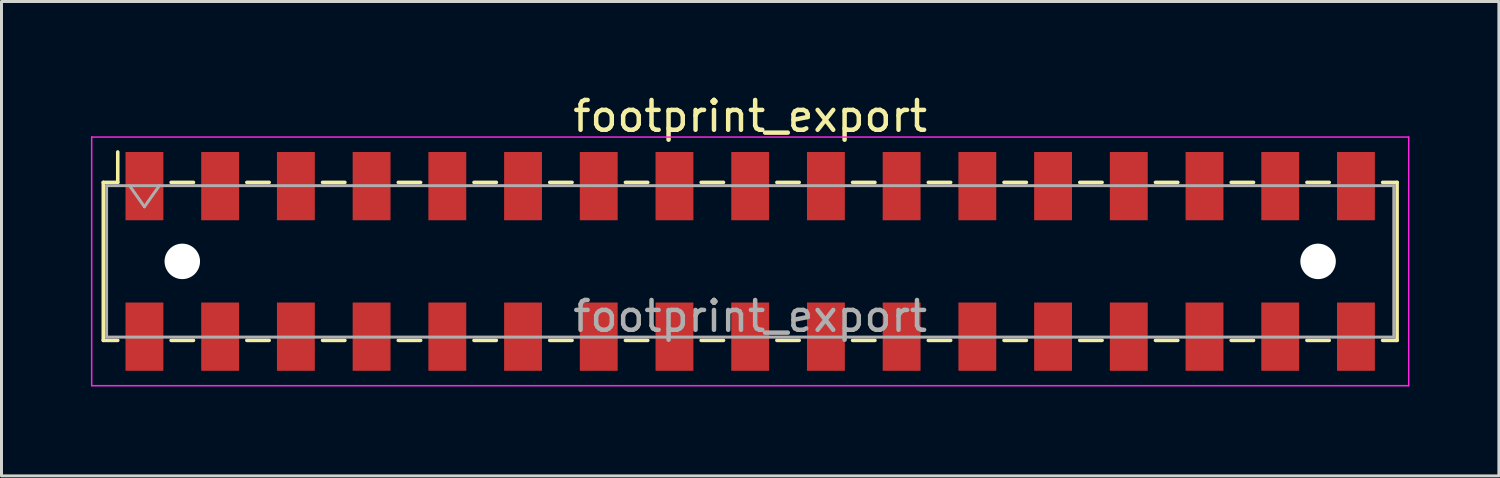
<source format=kicad_pcb>
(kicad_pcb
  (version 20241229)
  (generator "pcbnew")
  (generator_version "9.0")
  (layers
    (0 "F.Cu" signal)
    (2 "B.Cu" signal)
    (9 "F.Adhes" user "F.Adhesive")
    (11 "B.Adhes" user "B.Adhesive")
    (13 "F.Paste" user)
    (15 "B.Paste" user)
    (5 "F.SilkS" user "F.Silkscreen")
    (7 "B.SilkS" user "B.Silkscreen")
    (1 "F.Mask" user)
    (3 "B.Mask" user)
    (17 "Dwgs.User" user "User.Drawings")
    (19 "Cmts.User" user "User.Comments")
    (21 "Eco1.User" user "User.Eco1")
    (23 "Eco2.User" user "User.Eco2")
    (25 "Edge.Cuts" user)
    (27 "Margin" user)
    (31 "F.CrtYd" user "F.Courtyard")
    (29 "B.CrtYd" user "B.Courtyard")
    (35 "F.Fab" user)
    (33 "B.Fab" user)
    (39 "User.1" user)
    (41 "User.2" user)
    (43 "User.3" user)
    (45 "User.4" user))
  (footprint "footprint_export"
    (layer "F.Cu")
    (at 22.115 5.718)
    (property "Reference" "footprint_export" (at 0 -4.87 0) (layer "F.SilkS") (effects (font (size 1 1) (thickness 0.15))))
    (attr smd)
    (fp_line (start -21.7 -2.65) (end -21.7 2.65) (stroke (width 0.12) (type solid)) (layer "F.SilkS"))
    (fp_line (start -21.7 2.65) (end -21.215 2.65) (stroke (width 0.12) (type solid)) (layer "F.SilkS"))
    (fp_line (start -21.215 -3.67) (end -21.215 -2.65) (stroke (width 0.12) (type solid)) (layer "F.SilkS"))
    (fp_line (start -21.215 -2.65) (end -21.7 -2.65) (stroke (width 0.12) (type solid)) (layer "F.SilkS"))
    (fp_line (start -19.425 -2.65) (end -18.675 -2.65) (stroke (width 0.12) (type solid)) (layer "F.SilkS"))
    (fp_line (start -19.425 2.65) (end -18.675 2.65) (stroke (width 0.12) (type solid)) (layer "F.SilkS"))
    (fp_line (start -16.885 -2.65) (end -16.135 -2.65) (stroke (width 0.12) (type solid)) (layer "F.SilkS"))
    (fp_line (start -16.885 2.65) (end -16.135 2.65) (stroke (width 0.12) (type solid)) (layer "F.SilkS"))
    (fp_line (start -14.345 -2.65) (end -13.595 -2.65) (stroke (width 0.12) (type solid)) (layer "F.SilkS"))
    (fp_line (start -14.345 2.65) (end -13.595 2.65) (stroke (width 0.12) (type solid)) (layer "F.SilkS"))
    (fp_line (start -11.805 -2.65) (end -11.055 -2.65) (stroke (width 0.12) (type solid)) (layer "F.SilkS"))
    (fp_line (start -11.805 2.65) (end -11.055 2.65) (stroke (width 0.12) (type solid)) (layer "F.SilkS"))
    (fp_line (start -9.265 -2.65) (end -8.515 -2.65) (stroke (width 0.12) (type solid)) (layer "F.SilkS"))
    (fp_line (start -9.265 2.65) (end -8.515 2.65) (stroke (width 0.12) (type solid)) (layer "F.SilkS"))
    (fp_line (start -6.725 -2.65) (end -5.975 -2.65) (stroke (width 0.12) (type solid)) (layer "F.SilkS"))
    (fp_line (start -6.725 2.65) (end -5.975 2.65) (stroke (width 0.12) (type solid)) (layer "F.SilkS"))
    (fp_line (start -4.185 -2.65) (end -3.435 -2.65) (stroke (width 0.12) (type solid)) (layer "F.SilkS"))
    (fp_line (start -4.185 2.65) (end -3.435 2.65) (stroke (width 0.12) (type solid)) (layer "F.SilkS"))
    (fp_line (start -1.645 -2.65) (end -0.895 -2.65) (stroke (width 0.12) (type solid)) (layer "F.SilkS"))
    (fp_line (start -1.645 2.65) (end -0.895 2.65) (stroke (width 0.12) (type solid)) (layer "F.SilkS"))
    (fp_line (start 0.895 -2.65) (end 1.645 -2.65) (stroke (width 0.12) (type solid)) (layer "F.SilkS"))
    (fp_line (start 0.895 2.65) (end 1.645 2.65) (stroke (width 0.12) (type solid)) (layer "F.SilkS"))
    (fp_line (start 3.435 -2.65) (end 4.185 -2.65) (stroke (width 0.12) (type solid)) (layer "F.SilkS"))
    (fp_line (start 3.435 2.65) (end 4.185 2.65) (stroke (width 0.12) (type solid)) (layer "F.SilkS"))
    (fp_line (start 5.975 -2.65) (end 6.725 -2.65) (stroke (width 0.12) (type solid)) (layer "F.SilkS"))
    (fp_line (start 5.975 2.65) (end 6.725 2.65) (stroke (width 0.12) (type solid)) (layer "F.SilkS"))
    (fp_line (start 8.515 -2.65) (end 9.265 -2.65) (stroke (width 0.12) (type solid)) (layer "F.SilkS"))
    (fp_line (start 8.515 2.65) (end 9.265 2.65) (stroke (width 0.12) (type solid)) (layer "F.SilkS"))
    (fp_line (start 11.055 -2.65) (end 11.805 -2.65) (stroke (width 0.12) (type solid)) (layer "F.SilkS"))
    (fp_line (start 11.055 2.65) (end 11.805 2.65) (stroke (width 0.12) (type solid)) (layer "F.SilkS"))
    (fp_line (start 13.595 -2.65) (end 14.345 -2.65) (stroke (width 0.12) (type solid)) (layer "F.SilkS"))
    (fp_line (start 13.595 2.65) (end 14.345 2.65) (stroke (width 0.12) (type solid)) (layer "F.SilkS"))
    (fp_line (start 16.135 -2.65) (end 16.885 -2.65) (stroke (width 0.12) (type solid)) (layer "F.SilkS"))
    (fp_line (start 16.135 2.65) (end 16.885 2.65) (stroke (width 0.12) (type solid)) (layer "F.SilkS"))
    (fp_line (start 18.675 -2.65) (end 19.425 -2.65) (stroke (width 0.12) (type solid)) (layer "F.SilkS"))
    (fp_line (start 18.675 2.65) (end 19.425 2.65) (stroke (width 0.12) (type solid)) (layer "F.SilkS"))
    (fp_line (start 21.215 -2.65) (end 21.7 -2.65) (stroke (width 0.12) (type solid)) (layer "F.SilkS"))
    (fp_line (start 21.7 -2.65) (end 21.7 2.65) (stroke (width 0.12) (type solid)) (layer "F.SilkS"))
    (fp_line (start 21.7 2.65) (end 21.215 2.65) (stroke (width 0.12) (type solid)) (layer "F.SilkS"))
    (fp_line (start -22.09 -4.17) (end 22.09 -4.17) (stroke (width 0.05) (type solid)) (layer "F.CrtYd"))
    (fp_line (start -22.09 4.17) (end -22.09 -4.17) (stroke (width 0.05) (type solid)) (layer "F.CrtYd"))
    (fp_line (start 22.09 -4.17) (end 22.09 4.17) (stroke (width 0.05) (type solid)) (layer "F.CrtYd"))
    (fp_line (start 22.09 4.17) (end -22.09 4.17) (stroke (width 0.05) (type solid)) (layer "F.CrtYd"))
    (fp_line (start -21.59 -2.54) (end 21.59 -2.54) (stroke (width 0.1) (type solid)) (layer "F.Fab"))
    (fp_line (start -21.59 2.54) (end -21.59 -2.54) (stroke (width 0.1) (type solid)) (layer "F.Fab"))
    (fp_line (start -20.82 -2.54) (end -20.32 -1.833) (stroke (width 0.1) (type solid)) (layer "F.Fab"))
    (fp_line (start -20.32 -1.833) (end -19.82 -2.54) (stroke (width 0.1) (type solid)) (layer "F.Fab"))
    (fp_line (start 21.59 -2.54) (end 21.59 2.54) (stroke (width 0.1) (type solid)) (layer "F.Fab"))
    (fp_line (start 21.59 2.54) (end -21.59 2.54) (stroke (width 0.1) (type solid)) (layer "F.Fab"))
    (fp_text user "${REFERENCE}" (at 0 1.84 0) (layer "F.Fab") (effects (font (size 1 1) (thickness 0.15))))
    (pad "" np_thru_hole circle (at -19.05 0) (size 1.19 1.19) (drill 1.19) (layers "*.Cu" "*.Mask"))
    (pad "" np_thru_hole circle (at 19.05 0) (size 1.19 1.19) (drill 1.19) (layers "*.Cu" "*.Mask"))
    (pad "1" smd rect (at -20.32 -2.525) (size 1.27 2.29) (layers "F.Cu" "F.Mask" "F.Paste"))
    (pad "2" smd rect (at -20.32 2.525) (size 1.27 2.29) (layers "F.Cu" "F.Mask" "F.Paste"))
    (pad "3" smd rect (at -17.78 -2.525) (size 1.27 2.29) (layers "F.Cu" "F.Mask" "F.Paste"))
    (pad "4" smd rect (at -17.78 2.525) (size 1.27 2.29) (layers "F.Cu" "F.Mask" "F.Paste"))
    (pad "5" smd rect (at -15.24 -2.525) (size 1.27 2.29) (layers "F.Cu" "F.Mask" "F.Paste"))
    (pad "6" smd rect (at -15.24 2.525) (size 1.27 2.29) (layers "F.Cu" "F.Mask" "F.Paste"))
    (pad "7" smd rect (at -12.7 -2.525) (size 1.27 2.29) (layers "F.Cu" "F.Mask" "F.Paste"))
    (pad "8" smd rect (at -12.7 2.525) (size 1.27 2.29) (layers "F.Cu" "F.Mask" "F.Paste"))
    (pad "9" smd rect (at -10.16 -2.525) (size 1.27 2.29) (layers "F.Cu" "F.Mask" "F.Paste"))
    (pad "10" smd rect (at -10.16 2.525) (size 1.27 2.29) (layers "F.Cu" "F.Mask" "F.Paste"))
    (pad "11" smd rect (at -7.62 -2.525) (size 1.27 2.29) (layers "F.Cu" "F.Mask" "F.Paste"))
    (pad "12" smd rect (at -7.62 2.525) (size 1.27 2.29) (layers "F.Cu" "F.Mask" "F.Paste"))
    (pad "13" smd rect (at -5.08 -2.525) (size 1.27 2.29) (layers "F.Cu" "F.Mask" "F.Paste"))
    (pad "14" smd rect (at -5.08 2.525) (size 1.27 2.29) (layers "F.Cu" "F.Mask" "F.Paste"))
    (pad "15" smd rect (at -2.54 -2.525) (size 1.27 2.29) (layers "F.Cu" "F.Mask" "F.Paste"))
    (pad "16" smd rect (at -2.54 2.525) (size 1.27 2.29) (layers "F.Cu" "F.Mask" "F.Paste"))
    (pad "17" smd rect (at 0 -2.525) (size 1.27 2.29) (layers "F.Cu" "F.Mask" "F.Paste"))
    (pad "18" smd rect (at 0 2.525) (size 1.27 2.29) (layers "F.Cu" "F.Mask" "F.Paste"))
    (pad "19" smd rect (at 2.54 -2.525) (size 1.27 2.29) (layers "F.Cu" "F.Mask" "F.Paste"))
    (pad "20" smd rect (at 2.54 2.525) (size 1.27 2.29) (layers "F.Cu" "F.Mask" "F.Paste"))
    (pad "21" smd rect (at 5.08 -2.525) (size 1.27 2.29) (layers "F.Cu" "F.Mask" "F.Paste"))
    (pad "22" smd rect (at 5.08 2.525) (size 1.27 2.29) (layers "F.Cu" "F.Mask" "F.Paste"))
    (pad "23" smd rect (at 7.62 -2.525) (size 1.27 2.29) (layers "F.Cu" "F.Mask" "F.Paste"))
    (pad "24" smd rect (at 7.62 2.525) (size 1.27 2.29) (layers "F.Cu" "F.Mask" "F.Paste"))
    (pad "25" smd rect (at 10.16 -2.525) (size 1.27 2.29) (layers "F.Cu" "F.Mask" "F.Paste"))
    (pad "26" smd rect (at 10.16 2.525) (size 1.27 2.29) (layers "F.Cu" "F.Mask" "F.Paste"))
    (pad "27" smd rect (at 12.7 -2.525) (size 1.27 2.29) (layers "F.Cu" "F.Mask" "F.Paste"))
    (pad "28" smd rect (at 12.7 2.525) (size 1.27 2.29) (layers "F.Cu" "F.Mask" "F.Paste"))
    (pad "29" smd rect (at 15.24 -2.525) (size 1.27 2.29) (layers "F.Cu" "F.Mask" "F.Paste"))
    (pad "30" smd rect (at 15.24 2.525) (size 1.27 2.29) (layers "F.Cu" "F.Mask" "F.Paste"))
    (pad "31" smd rect (at 17.78 -2.525) (size 1.27 2.29) (layers "F.Cu" "F.Mask" "F.Paste"))
    (pad "32" smd rect (at 17.78 2.525) (size 1.27 2.29) (layers "F.Cu" "F.Mask" "F.Paste"))
    (pad "33" smd rect (at 20.32 -2.525) (size 1.27 2.29) (layers "F.Cu" "F.Mask" "F.Paste"))
    (pad "34" smd rect (at 20.32 2.525) (size 1.27 2.29) (layers "F.Cu" "F.Mask" "F.Paste")))
  (gr_rect
    (start -3 -3)
    (end 47.23 12.913)
    (stroke (width 0.1) (type default))
    (fill no)
    (layer "Edge.Cuts")))
</source>
